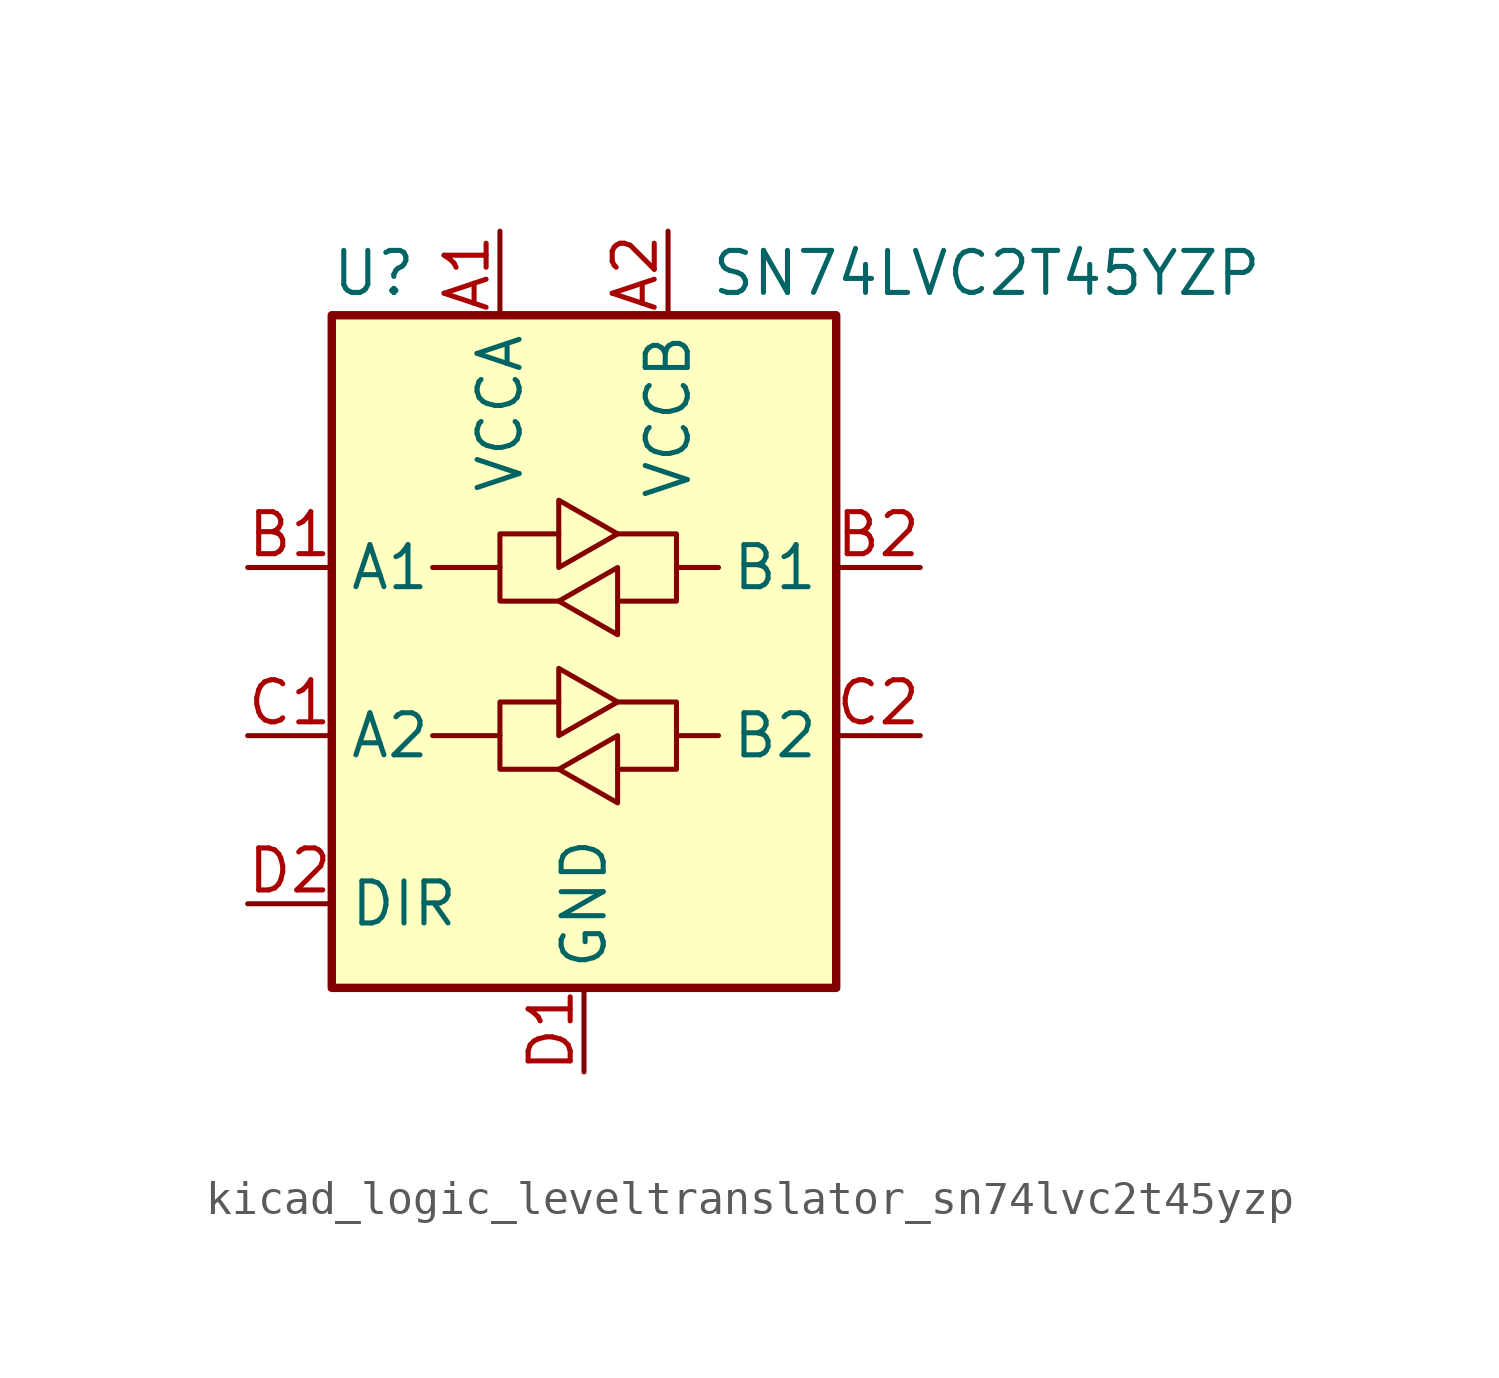
<source format=kicad_sym>
(kicad_symbol_lib
  (version 20220914)
  (generator kicad_symbol_editor)
  (symbol "kicad_logic_leveltranslator_sn74lvc2t45yzp"
    (property "Reference" "U"
      (at -6.35 11.43 0)
      (effects (font (size 1.27 1.27))))
    (property "Value" "SN74LVC2T45YZP"
      (at 3.81 11.43 0)
      (effects (font (size 1.27 1.27)) (justify left)))
    (symbol "kicad_logic_leveltranslator_sn74lvc2t45yzp_0_1"
      (rectangle (start -7.62 10.16) (end 7.62 -10.16) (stroke (width 0.254) (type default)) (fill (type background)))
      (polyline (pts (xy -2.54 2.54) (xy -2.54 3.556) (xy -0.762 3.556)) (stroke (width 0) (type default)) (fill (type none)))
      (polyline (pts (xy 2.794 2.54) (xy 2.794 1.524) (xy 1.016 1.524)) (stroke (width 0) (type default)) (fill (type none)))
      (polyline (pts (xy -0.762 1.524) (xy -2.54 1.524) (xy -2.54 2.54) (xy -4.572 2.54)) (stroke (width 0) (type default)) (fill (type none)))
      (polyline (pts (xy -0.762 2.54) (xy -0.762 4.572) (xy 1.016 3.556) (xy -0.762 2.54)) (stroke (width 0) (type default)) (fill (type none)))
      (polyline (pts (xy 1.016 3.556) (xy 2.794 3.556) (xy 2.794 2.54) (xy 4.064 2.54)) (stroke (width 0) (type default)) (fill (type none)))
      (polyline (pts (xy 1.016 2.54) (xy 1.016 0.762) (xy 1.016 0.508) (xy -0.762 1.524) (xy 1.016 2.54)) (stroke (width 0) (type default)) (fill (type none))))
    (symbol "kicad_logic_leveltranslator_sn74lvc2t45yzp_1_1"
      (polyline (pts (xy -2.54 -2.54) (xy -2.54 -1.524) (xy -0.762 -1.524)) (stroke (width 0) (type default)) (fill (type none)))
      (polyline (pts (xy 2.794 -2.54) (xy 2.794 -3.556) (xy 1.016 -3.556)) (stroke (width 0) (type default)) (fill (type none)))
      (polyline (pts (xy -0.762 -3.556) (xy -2.54 -3.556) (xy -2.54 -2.54) (xy -4.572 -2.54)) (stroke (width 0) (type default)) (fill (type none)))
      (polyline (pts (xy -0.762 -2.54) (xy -0.762 -0.508) (xy 1.016 -1.524) (xy -0.762 -2.54)) (stroke (width 0) (type default)) (fill (type none)))
      (polyline (pts (xy 1.016 -1.524) (xy 2.794 -1.524) (xy 2.794 -2.54) (xy 4.064 -2.54)) (stroke (width 0) (type default)) (fill (type none)))
      (polyline (pts (xy 1.016 -2.54) (xy 1.016 -4.318) (xy 1.016 -4.572) (xy -0.762 -3.556) (xy 1.016 -2.54)) (stroke (width 0) (type default)) (fill (type none)))
      (pin power_in line (at -2.54 12.7 270) (length 2.54) (name "VCCA" (effects (font (size 1.27 1.27)))) (number "A1" (effects (font (size 1.27 1.27)))))
      (pin power_in line (at 2.54 12.7 270) (length 2.54) (name "VCCB" (effects (font (size 1.27 1.27)))) (number "A2" (effects (font (size 1.27 1.27)))))
      (pin bidirectional line (at -10.16 2.54 0) (length 2.54) (name "A1" (effects (font (size 1.27 1.27)))) (number "B1" (effects (font (size 1.27 1.27)))))
      (pin bidirectional line (at 10.16 2.54 180) (length 2.54) (name "B1" (effects (font (size 1.27 1.27)))) (number "B2" (effects (font (size 1.27 1.27)))))
      (pin bidirectional line (at -10.16 -2.54 0) (length 2.54) (name "A2" (effects (font (size 1.27 1.27)))) (number "C1" (effects (font (size 1.27 1.27)))))
      (pin bidirectional line (at 10.16 -2.54 180) (length 2.54) (name "B2" (effects (font (size 1.27 1.27)))) (number "C2" (effects (font (size 1.27 1.27)))))
      (pin power_in line (at 0 -12.7 90) (length 2.54) (name "GND" (effects (font (size 1.27 1.27)))) (number "D1" (effects (font (size 1.27 1.27)))))
      (pin input line (at -10.16 -7.62 0) (length 2.54) (name "DIR" (effects (font (size 1.27 1.27)))) (number "D2" (effects (font (size 1.27 1.27))))))))
</source>
